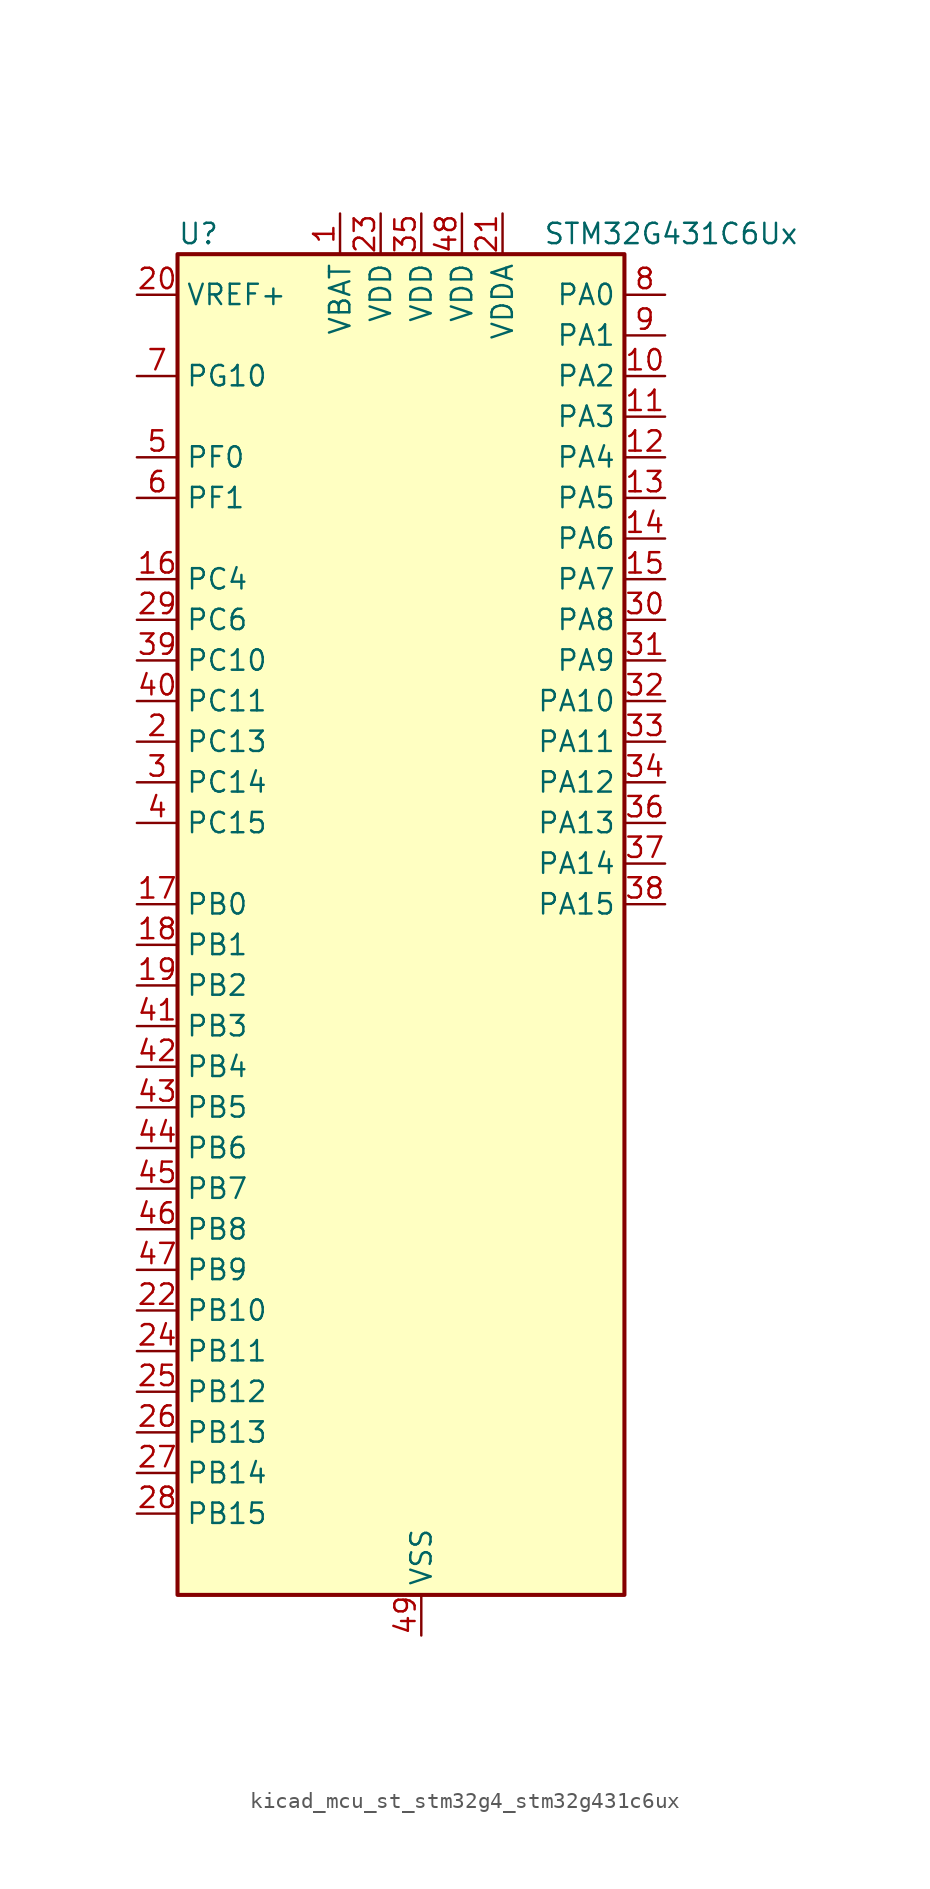
<source format=kicad_sym>
(kicad_symbol_lib
  (version 20220914)
  (generator kicad_symbol_editor)
  (symbol "kicad_mcu_st_stm32g4_stm32g431c6ux"
    (property "Reference" "U"
      (at -12.7 44.45 0)
      (effects (font (size 1.27 1.27)) (justify left)))
    (property "Value" "STM32G431C6Ux"
      (at 10.16 44.45 0)
      (effects (font (size 1.27 1.27)) (justify left)))
    (property "ki_locked" ""
      (at 0 0 0)
      (effects (font (size 1.27 1.27))))
    (symbol "kicad_mcu_st_stm32g4_stm32g431c6ux_0_1"
      (rectangle (start -12.7 -40.64) (end 15.24 43.18) (stroke (width 0.254) (type default)) (fill (type background))))
    (symbol "kicad_mcu_st_stm32g4_stm32g431c6ux_1_1"
      (pin power_in line (at -2.54 45.72 270) (length 2.54) (name "VBAT" (effects (font (size 1.27 1.27)))) (number "1" (effects (font (size 1.27 1.27)))))
      (pin bidirectional line (at 17.78 35.56 180) (length 2.54) (name "PA2" (effects (font (size 1.27 1.27)))) (number "10" (effects (font (size 1.27 1.27)))) (alternate "ADC1_IN3" bidirectional line) (alternate "COMP2_INM" bidirectional line) (alternate "COMP2_OUT" bidirectional line) (alternate "LPUART1_TX" bidirectional line) (alternate "OPAMP1_VOUT" bidirectional line) (alternate "RCC_LSCO" bidirectional line) (alternate "SYS_WKUP4" bidirectional line) (alternate "TIM15_CH1" bidirectional line) (alternate "TIM2_CH3" bidirectional line) (alternate "UCPD1_FRSTX1" bidirectional line) (alternate "UCPD1_FRSTX2" bidirectional line) (alternate "USART2_TX" bidirectional line))
      (pin bidirectional line (at 17.78 33.02 180) (length 2.54) (name "PA3" (effects (font (size 1.27 1.27)))) (number "11" (effects (font (size 1.27 1.27)))) (alternate "ADC1_IN4" bidirectional line) (alternate "COMP2_INP" bidirectional line) (alternate "LPUART1_RX" bidirectional line) (alternate "OPAMP1_VINM" bidirectional line) (alternate "OPAMP1_VINM0" bidirectional line) (alternate "OPAMP1_VINM_SEC" bidirectional line) (alternate "OPAMP1_VINP" bidirectional line) (alternate "OPAMP1_VINP_SEC" bidirectional line) (alternate "SAI1_CK1" bidirectional line) (alternate "SAI1_MCLK_A" bidirectional line) (alternate "TIM15_CH2" bidirectional line) (alternate "TIM2_CH4" bidirectional line) (alternate "USART2_RX" bidirectional line))
      (pin bidirectional line (at 17.78 30.48 180) (length 2.54) (name "PA4" (effects (font (size 1.27 1.27)))) (number "12" (effects (font (size 1.27 1.27)))) (alternate "ADC2_IN17" bidirectional line) (alternate "COMP1_INM" bidirectional line) (alternate "DAC1_OUT1" bidirectional line) (alternate "I2S3_WS" bidirectional line) (alternate "SAI1_FS_B" bidirectional line) (alternate "SPI1_NSS" bidirectional line) (alternate "SPI3_NSS" bidirectional line) (alternate "TIM3_CH2" bidirectional line) (alternate "USART2_CK" bidirectional line))
      (pin bidirectional line (at 17.78 27.94 180) (length 2.54) (name "PA5" (effects (font (size 1.27 1.27)))) (number "13" (effects (font (size 1.27 1.27)))) (alternate "ADC2_IN13" bidirectional line) (alternate "COMP2_INM" bidirectional line) (alternate "DAC1_OUT2" bidirectional line) (alternate "OPAMP2_VINM" bidirectional line) (alternate "OPAMP2_VINM0" bidirectional line) (alternate "OPAMP2_VINM_SEC" bidirectional line) (alternate "SPI1_SCK" bidirectional line) (alternate "TIM2_CH1" bidirectional line) (alternate "TIM2_ETR" bidirectional line) (alternate "UCPD1_FRSTX1" bidirectional line) (alternate "UCPD1_FRSTX2" bidirectional line))
      (pin bidirectional line (at 17.78 25.4 180) (length 2.54) (name "PA6" (effects (font (size 1.27 1.27)))) (number "14" (effects (font (size 1.27 1.27)))) (alternate "ADC2_IN3" bidirectional line) (alternate "COMP1_OUT" bidirectional line) (alternate "LPUART1_CTS" bidirectional line) (alternate "OPAMP2_VOUT" bidirectional line) (alternate "SPI1_MISO" bidirectional line) (alternate "TIM16_CH1" bidirectional line) (alternate "TIM1_BKIN" bidirectional line) (alternate "TIM3_CH1" bidirectional line) (alternate "TIM8_BKIN" bidirectional line))
      (pin bidirectional line (at 17.78 22.86 180) (length 2.54) (name "PA7" (effects (font (size 1.27 1.27)))) (number "15" (effects (font (size 1.27 1.27)))) (alternate "ADC2_IN4" bidirectional line) (alternate "COMP2_INP" bidirectional line) (alternate "COMP2_OUT" bidirectional line) (alternate "OPAMP1_VINP" bidirectional line) (alternate "OPAMP1_VINP_SEC" bidirectional line) (alternate "OPAMP2_VINP" bidirectional line) (alternate "OPAMP2_VINP_SEC" bidirectional line) (alternate "SPI1_MOSI" bidirectional line) (alternate "TIM17_CH1" bidirectional line) (alternate "TIM1_CH1N" bidirectional line) (alternate "TIM3_CH2" bidirectional line) (alternate "TIM8_CH1N" bidirectional line) (alternate "UCPD1_FRSTX1" bidirectional line) (alternate "UCPD1_FRSTX2" bidirectional line))
      (pin bidirectional line (at -15.24 22.86 0) (length 2.54) (name "PC4" (effects (font (size 1.27 1.27)))) (number "16" (effects (font (size 1.27 1.27)))) (alternate "ADC2_IN5" bidirectional line) (alternate "I2C2_SCL" bidirectional line) (alternate "TIM1_ETR" bidirectional line) (alternate "USART1_TX" bidirectional line))
      (pin bidirectional line (at -15.24 2.54 0) (length 2.54) (name "PB0" (effects (font (size 1.27 1.27)))) (number "17" (effects (font (size 1.27 1.27)))) (alternate "ADC1_IN15" bidirectional line) (alternate "COMP4_INP" bidirectional line) (alternate "OPAMP2_VINP" bidirectional line) (alternate "OPAMP2_VINP_SEC" bidirectional line) (alternate "OPAMP3_VINP" bidirectional line) (alternate "OPAMP3_VINP_SEC" bidirectional line) (alternate "TIM1_CH2N" bidirectional line) (alternate "TIM3_CH3" bidirectional line) (alternate "TIM8_CH2N" bidirectional line) (alternate "UCPD1_FRSTX1" bidirectional line) (alternate "UCPD1_FRSTX2" bidirectional line))
      (pin bidirectional line (at -15.24 0 0) (length 2.54) (name "PB1" (effects (font (size 1.27 1.27)))) (number "18" (effects (font (size 1.27 1.27)))) (alternate "ADC1_IN12" bidirectional line) (alternate "COMP1_INP" bidirectional line) (alternate "COMP4_OUT" bidirectional line) (alternate "LPUART1_DE" bidirectional line) (alternate "LPUART1_RTS" bidirectional line) (alternate "OPAMP3_VOUT" bidirectional line) (alternate "TIM1_CH3N" bidirectional line) (alternate "TIM3_CH4" bidirectional line) (alternate "TIM8_CH3N" bidirectional line))
      (pin bidirectional line (at -15.24 -2.54 0) (length 2.54) (name "PB2" (effects (font (size 1.27 1.27)))) (number "19" (effects (font (size 1.27 1.27)))) (alternate "ADC2_IN12" bidirectional line) (alternate "COMP4_INM" bidirectional line) (alternate "I2C3_SMBA" bidirectional line) (alternate "LPTIM1_OUT" bidirectional line) (alternate "OPAMP3_VINM" bidirectional line) (alternate "OPAMP3_VINM0" bidirectional line) (alternate "OPAMP3_VINM_SEC" bidirectional line) (alternate "RTC_OUT2" bidirectional line))
      (pin bidirectional line (at -15.24 12.7 0) (length 2.54) (name "PC13" (effects (font (size 1.27 1.27)))) (number "2" (effects (font (size 1.27 1.27)))) (alternate "RTC_OUT1" bidirectional line) (alternate "RTC_TAMP1" bidirectional line) (alternate "RTC_TS" bidirectional line) (alternate "SYS_WKUP2" bidirectional line) (alternate "TIM1_BKIN" bidirectional line) (alternate "TIM1_CH1N" bidirectional line) (alternate "TIM8_CH4N" bidirectional line))
      (pin input line (at -15.24 40.64 0) (length 2.54) (name "VREF+" (effects (font (size 1.27 1.27)))) (number "20" (effects (font (size 1.27 1.27)))) (alternate "VREFBUF_OUT" bidirectional line))
      (pin power_in line (at 7.62 45.72 270) (length 2.54) (name "VDDA" (effects (font (size 1.27 1.27)))) (number "21" (effects (font (size 1.27 1.27)))))
      (pin bidirectional line (at -15.24 -22.86 0) (length 2.54) (name "PB10" (effects (font (size 1.27 1.27)))) (number "22" (effects (font (size 1.27 1.27)))) (alternate "DAC1_EXTI10" bidirectional line) (alternate "DAC3_EXTI10" bidirectional line) (alternate "LPUART1_RX" bidirectional line) (alternate "OPAMP3_VINM" bidirectional line) (alternate "OPAMP3_VINM1" bidirectional line) (alternate "OPAMP3_VINM_SEC" bidirectional line) (alternate "SAI1_SCK_A" bidirectional line) (alternate "TIM1_BKIN" bidirectional line) (alternate "TIM2_CH3" bidirectional line) (alternate "USART3_TX" bidirectional line))
      (pin power_in line (at 0 45.72 270) (length 2.54) (name "VDD" (effects (font (size 1.27 1.27)))) (number "23" (effects (font (size 1.27 1.27)))))
      (pin bidirectional line (at -15.24 -25.4 0) (length 2.54) (name "PB11" (effects (font (size 1.27 1.27)))) (number "24" (effects (font (size 1.27 1.27)))) (alternate "ADC1_EXTI11" bidirectional line) (alternate "ADC1_IN14" bidirectional line) (alternate "ADC2_EXTI11" bidirectional line) (alternate "ADC2_IN14" bidirectional line) (alternate "LPUART1_TX" bidirectional line) (alternate "TIM2_CH4" bidirectional line) (alternate "USART3_RX" bidirectional line))
      (pin bidirectional line (at -15.24 -27.94 0) (length 2.54) (name "PB12" (effects (font (size 1.27 1.27)))) (number "25" (effects (font (size 1.27 1.27)))) (alternate "ADC1_IN11" bidirectional line) (alternate "I2C2_SMBA" bidirectional line) (alternate "I2S2_WS" bidirectional line) (alternate "LPUART1_DE" bidirectional line) (alternate "LPUART1_RTS" bidirectional line) (alternate "SPI2_NSS" bidirectional line) (alternate "TIM1_BKIN" bidirectional line) (alternate "USART3_CK" bidirectional line))
      (pin bidirectional line (at -15.24 -30.48 0) (length 2.54) (name "PB13" (effects (font (size 1.27 1.27)))) (number "26" (effects (font (size 1.27 1.27)))) (alternate "I2S2_CK" bidirectional line) (alternate "LPUART1_CTS" bidirectional line) (alternate "OPAMP3_VINP" bidirectional line) (alternate "OPAMP3_VINP_SEC" bidirectional line) (alternate "SPI2_SCK" bidirectional line) (alternate "TIM1_CH1N" bidirectional line) (alternate "USART3_CTS" bidirectional line) (alternate "USART3_NSS" bidirectional line))
      (pin bidirectional line (at -15.24 -33.02 0) (length 2.54) (name "PB14" (effects (font (size 1.27 1.27)))) (number "27" (effects (font (size 1.27 1.27)))) (alternate "ADC1_IN5" bidirectional line) (alternate "COMP4_OUT" bidirectional line) (alternate "OPAMP2_VINP" bidirectional line) (alternate "OPAMP2_VINP_SEC" bidirectional line) (alternate "SPI2_MISO" bidirectional line) (alternate "TIM15_CH1" bidirectional line) (alternate "TIM1_CH2N" bidirectional line) (alternate "USART3_DE" bidirectional line) (alternate "USART3_RTS" bidirectional line))
      (pin bidirectional line (at -15.24 -35.56 0) (length 2.54) (name "PB15" (effects (font (size 1.27 1.27)))) (number "28" (effects (font (size 1.27 1.27)))) (alternate "ADC1_EXTI15" bidirectional line) (alternate "ADC2_EXTI15" bidirectional line) (alternate "ADC2_IN15" bidirectional line) (alternate "COMP3_OUT" bidirectional line) (alternate "I2S2_SD" bidirectional line) (alternate "RTC_REFIN" bidirectional line) (alternate "SPI2_MOSI" bidirectional line) (alternate "TIM15_CH1N" bidirectional line) (alternate "TIM15_CH2" bidirectional line) (alternate "TIM1_CH3N" bidirectional line))
      (pin bidirectional line (at -15.24 20.32 0) (length 2.54) (name "PC6" (effects (font (size 1.27 1.27)))) (number "29" (effects (font (size 1.27 1.27)))) (alternate "I2S2_MCK" bidirectional line) (alternate "TIM3_CH1" bidirectional line) (alternate "TIM8_CH1" bidirectional line))
      (pin bidirectional line (at -15.24 10.16 0) (length 2.54) (name "PC14" (effects (font (size 1.27 1.27)))) (number "3" (effects (font (size 1.27 1.27)))) (alternate "RCC_OSC32_IN" bidirectional line))
      (pin bidirectional line (at 17.78 20.32 180) (length 2.54) (name "PA8" (effects (font (size 1.27 1.27)))) (number "30" (effects (font (size 1.27 1.27)))) (alternate "I2C2_SDA" bidirectional line) (alternate "I2C3_SCL" bidirectional line) (alternate "I2S2_MCK" bidirectional line) (alternate "RCC_MCO" bidirectional line) (alternate "SAI1_CK2" bidirectional line) (alternate "SAI1_SCK_A" bidirectional line) (alternate "TIM1_CH1" bidirectional line) (alternate "TIM4_ETR" bidirectional line) (alternate "USART1_CK" bidirectional line))
      (pin bidirectional line (at 17.78 17.78 180) (length 2.54) (name "PA9" (effects (font (size 1.27 1.27)))) (number "31" (effects (font (size 1.27 1.27)))) (alternate "DAC1_EXTI9" bidirectional line) (alternate "DAC3_EXTI9" bidirectional line) (alternate "I2C2_SCL" bidirectional line) (alternate "I2C3_SMBA" bidirectional line) (alternate "I2S3_MCK" bidirectional line) (alternate "SAI1_FS_A" bidirectional line) (alternate "TIM15_BKIN" bidirectional line) (alternate "TIM1_CH2" bidirectional line) (alternate "TIM2_CH3" bidirectional line) (alternate "UCPD1_DBCC1" bidirectional line) (alternate "USART1_TX" bidirectional line))
      (pin bidirectional line (at 17.78 15.24 180) (length 2.54) (name "PA10" (effects (font (size 1.27 1.27)))) (number "32" (effects (font (size 1.27 1.27)))) (alternate "CRS_SYNC" bidirectional line) (alternate "DAC1_EXTI10" bidirectional line) (alternate "DAC3_EXTI10" bidirectional line) (alternate "I2C2_SMBA" bidirectional line) (alternate "SAI1_D1" bidirectional line) (alternate "SAI1_SD_A" bidirectional line) (alternate "SPI2_MISO" bidirectional line) (alternate "TIM17_BKIN" bidirectional line) (alternate "TIM1_CH3" bidirectional line) (alternate "TIM2_CH4" bidirectional line) (alternate "TIM8_BKIN" bidirectional line) (alternate "UCPD1_DBCC2" bidirectional line) (alternate "USART1_RX" bidirectional line))
      (pin bidirectional line (at 17.78 12.7 180) (length 2.54) (name "PA11" (effects (font (size 1.27 1.27)))) (number "33" (effects (font (size 1.27 1.27)))) (alternate "ADC1_EXTI11" bidirectional line) (alternate "ADC2_EXTI11" bidirectional line) (alternate "COMP1_OUT" bidirectional line) (alternate "FDCAN1_RX" bidirectional line) (alternate "I2S2_SD" bidirectional line) (alternate "SPI2_MOSI" bidirectional line) (alternate "TIM1_BKIN2" bidirectional line) (alternate "TIM1_CH1N" bidirectional line) (alternate "TIM1_CH4" bidirectional line) (alternate "TIM4_CH1" bidirectional line) (alternate "USART1_CTS" bidirectional line) (alternate "USART1_NSS" bidirectional line) (alternate "USB_DM" bidirectional line))
      (pin bidirectional line (at 17.78 10.16 180) (length 2.54) (name "PA12" (effects (font (size 1.27 1.27)))) (number "34" (effects (font (size 1.27 1.27)))) (alternate "COMP2_OUT" bidirectional line) (alternate "FDCAN1_TX" bidirectional line) (alternate "I2S_CKIN" bidirectional line) (alternate "TIM16_CH1" bidirectional line) (alternate "TIM1_CH2N" bidirectional line) (alternate "TIM1_ETR" bidirectional line) (alternate "TIM4_CH2" bidirectional line) (alternate "USART1_DE" bidirectional line) (alternate "USART1_RTS" bidirectional line) (alternate "USB_DP" bidirectional line))
      (pin power_in line (at 2.54 45.72 270) (length 2.54) (name "VDD" (effects (font (size 1.27 1.27)))) (number "35" (effects (font (size 1.27 1.27)))))
      (pin bidirectional line (at 17.78 7.62 180) (length 2.54) (name "PA13" (effects (font (size 1.27 1.27)))) (number "36" (effects (font (size 1.27 1.27)))) (alternate "I2C1_SCL" bidirectional line) (alternate "IR_OUT" bidirectional line) (alternate "SAI1_SD_B" bidirectional line) (alternate "SYS_JTMS-SWDIO" bidirectional line) (alternate "TIM16_CH1N" bidirectional line) (alternate "TIM4_CH3" bidirectional line) (alternate "USART3_CTS" bidirectional line) (alternate "USART3_NSS" bidirectional line))
      (pin bidirectional line (at 17.78 5.08 180) (length 2.54) (name "PA14" (effects (font (size 1.27 1.27)))) (number "37" (effects (font (size 1.27 1.27)))) (alternate "I2C1_SDA" bidirectional line) (alternate "LPTIM1_OUT" bidirectional line) (alternate "SAI1_FS_B" bidirectional line) (alternate "SYS_JTCK-SWCLK" bidirectional line) (alternate "TIM1_BKIN" bidirectional line) (alternate "TIM8_CH2" bidirectional line) (alternate "USART2_TX" bidirectional line))
      (pin bidirectional line (at 17.78 2.54 180) (length 2.54) (name "PA15" (effects (font (size 1.27 1.27)))) (number "38" (effects (font (size 1.27 1.27)))) (alternate "ADC1_EXTI15" bidirectional line) (alternate "ADC2_EXTI15" bidirectional line) (alternate "I2C1_SCL" bidirectional line) (alternate "I2S3_WS" bidirectional line) (alternate "SPI1_NSS" bidirectional line) (alternate "SPI3_NSS" bidirectional line) (alternate "SYS_JTDI" bidirectional line) (alternate "TIM1_BKIN" bidirectional line) (alternate "TIM2_CH1" bidirectional line) (alternate "TIM2_ETR" bidirectional line) (alternate "TIM8_CH1" bidirectional line) (alternate "USART2_RX" bidirectional line))
      (pin bidirectional line (at -15.24 17.78 0) (length 2.54) (name "PC10" (effects (font (size 1.27 1.27)))) (number "39" (effects (font (size 1.27 1.27)))) (alternate "DAC1_EXTI10" bidirectional line) (alternate "DAC3_EXTI10" bidirectional line) (alternate "I2S3_CK" bidirectional line) (alternate "SPI3_SCK" bidirectional line) (alternate "TIM8_CH1N" bidirectional line) (alternate "USART3_TX" bidirectional line))
      (pin bidirectional line (at -15.24 7.62 0) (length 2.54) (name "PC15" (effects (font (size 1.27 1.27)))) (number "4" (effects (font (size 1.27 1.27)))) (alternate "ADC1_EXTI15" bidirectional line) (alternate "ADC2_EXTI15" bidirectional line) (alternate "RCC_OSC32_OUT" bidirectional line))
      (pin bidirectional line (at -15.24 15.24 0) (length 2.54) (name "PC11" (effects (font (size 1.27 1.27)))) (number "40" (effects (font (size 1.27 1.27)))) (alternate "ADC1_EXTI11" bidirectional line) (alternate "ADC2_EXTI11" bidirectional line) (alternate "I2C3_SDA" bidirectional line) (alternate "SPI3_MISO" bidirectional line) (alternate "TIM8_CH2N" bidirectional line) (alternate "USART3_RX" bidirectional line))
      (pin bidirectional line (at -15.24 -5.08 0) (length 2.54) (name "PB3" (effects (font (size 1.27 1.27)))) (number "41" (effects (font (size 1.27 1.27)))) (alternate "CRS_SYNC" bidirectional line) (alternate "I2S3_CK" bidirectional line) (alternate "SAI1_SCK_B" bidirectional line) (alternate "SPI1_SCK" bidirectional line) (alternate "SPI3_SCK" bidirectional line) (alternate "SYS_JTDO-SWO" bidirectional line) (alternate "TIM2_CH2" bidirectional line) (alternate "TIM3_ETR" bidirectional line) (alternate "TIM4_ETR" bidirectional line) (alternate "TIM8_CH1N" bidirectional line) (alternate "USART2_TX" bidirectional line))
      (pin bidirectional line (at -15.24 -7.62 0) (length 2.54) (name "PB4" (effects (font (size 1.27 1.27)))) (number "42" (effects (font (size 1.27 1.27)))) (alternate "SAI1_MCLK_B" bidirectional line) (alternate "SPI1_MISO" bidirectional line) (alternate "SPI3_MISO" bidirectional line) (alternate "SYS_JTRST" bidirectional line) (alternate "TIM16_CH1" bidirectional line) (alternate "TIM17_BKIN" bidirectional line) (alternate "TIM3_CH1" bidirectional line) (alternate "TIM8_CH2N" bidirectional line) (alternate "UCPD1_CC2" bidirectional line) (alternate "USART2_RX" bidirectional line))
      (pin bidirectional line (at -15.24 -10.16 0) (length 2.54) (name "PB5" (effects (font (size 1.27 1.27)))) (number "43" (effects (font (size 1.27 1.27)))) (alternate "I2C1_SMBA" bidirectional line) (alternate "I2C3_SDA" bidirectional line) (alternate "I2S3_SD" bidirectional line) (alternate "LPTIM1_IN1" bidirectional line) (alternate "SAI1_SD_B" bidirectional line) (alternate "SPI1_MOSI" bidirectional line) (alternate "SPI3_MOSI" bidirectional line) (alternate "TIM16_BKIN" bidirectional line) (alternate "TIM17_CH1" bidirectional line) (alternate "TIM3_CH2" bidirectional line) (alternate "TIM8_CH3N" bidirectional line) (alternate "USART2_CK" bidirectional line))
      (pin bidirectional line (at -15.24 -12.7 0) (length 2.54) (name "PB6" (effects (font (size 1.27 1.27)))) (number "44" (effects (font (size 1.27 1.27)))) (alternate "COMP4_OUT" bidirectional line) (alternate "LPTIM1_ETR" bidirectional line) (alternate "SAI1_FS_B" bidirectional line) (alternate "TIM16_CH1N" bidirectional line) (alternate "TIM4_CH1" bidirectional line) (alternate "TIM8_BKIN2" bidirectional line) (alternate "TIM8_CH1" bidirectional line) (alternate "TIM8_ETR" bidirectional line) (alternate "UCPD1_CC1" bidirectional line) (alternate "USART1_TX" bidirectional line))
      (pin bidirectional line (at -15.24 -15.24 0) (length 2.54) (name "PB7" (effects (font (size 1.27 1.27)))) (number "45" (effects (font (size 1.27 1.27)))) (alternate "COMP3_OUT" bidirectional line) (alternate "I2C1_SDA" bidirectional line) (alternate "LPTIM1_IN2" bidirectional line) (alternate "SYS_PVD_IN" bidirectional line) (alternate "TIM17_CH1N" bidirectional line) (alternate "TIM3_CH4" bidirectional line) (alternate "TIM4_CH2" bidirectional line) (alternate "TIM8_BKIN" bidirectional line) (alternate "USART1_RX" bidirectional line))
      (pin bidirectional line (at -15.24 -17.78 0) (length 2.54) (name "PB8" (effects (font (size 1.27 1.27)))) (number "46" (effects (font (size 1.27 1.27)))) (alternate "COMP1_OUT" bidirectional line) (alternate "FDCAN1_RX" bidirectional line) (alternate "I2C1_SCL" bidirectional line) (alternate "SAI1_CK1" bidirectional line) (alternate "SAI1_MCLK_A" bidirectional line) (alternate "TIM16_CH1" bidirectional line) (alternate "TIM1_BKIN" bidirectional line) (alternate "TIM4_CH3" bidirectional line) (alternate "TIM8_CH2" bidirectional line) (alternate "USART3_RX" bidirectional line))
      (pin bidirectional line (at -15.24 -20.32 0) (length 2.54) (name "PB9" (effects (font (size 1.27 1.27)))) (number "47" (effects (font (size 1.27 1.27)))) (alternate "COMP2_OUT" bidirectional line) (alternate "DAC1_EXTI9" bidirectional line) (alternate "DAC3_EXTI9" bidirectional line) (alternate "FDCAN1_TX" bidirectional line) (alternate "I2C1_SDA" bidirectional line) (alternate "IR_OUT" bidirectional line) (alternate "SAI1_D2" bidirectional line) (alternate "SAI1_FS_A" bidirectional line) (alternate "TIM17_CH1" bidirectional line) (alternate "TIM1_CH3N" bidirectional line) (alternate "TIM4_CH4" bidirectional line) (alternate "TIM8_CH3" bidirectional line) (alternate "USART3_TX" bidirectional line))
      (pin power_in line (at 5.08 45.72 270) (length 2.54) (name "VDD" (effects (font (size 1.27 1.27)))) (number "48" (effects (font (size 1.27 1.27)))))
      (pin power_in line (at 2.54 -43.18 90) (length 2.54) (name "VSS" (effects (font (size 1.27 1.27)))) (number "49" (effects (font (size 1.27 1.27)))))
      (pin bidirectional line (at -15.24 30.48 0) (length 2.54) (name "PF0" (effects (font (size 1.27 1.27)))) (number "5" (effects (font (size 1.27 1.27)))) (alternate "ADC1_IN10" bidirectional line) (alternate "I2C2_SDA" bidirectional line) (alternate "I2S2_WS" bidirectional line) (alternate "RCC_OSC_IN" bidirectional line) (alternate "SPI2_NSS" bidirectional line) (alternate "TIM1_CH3N" bidirectional line))
      (pin bidirectional line (at -15.24 27.94 0) (length 2.54) (name "PF1" (effects (font (size 1.27 1.27)))) (number "6" (effects (font (size 1.27 1.27)))) (alternate "ADC2_IN10" bidirectional line) (alternate "COMP3_INM" bidirectional line) (alternate "I2S2_CK" bidirectional line) (alternate "RCC_OSC_OUT" bidirectional line) (alternate "SPI2_SCK" bidirectional line))
      (pin bidirectional line (at -15.24 35.56 0) (length 2.54) (name "PG10" (effects (font (size 1.27 1.27)))) (number "7" (effects (font (size 1.27 1.27)))) (alternate "DAC1_EXTI10" bidirectional line) (alternate "DAC3_EXTI10" bidirectional line) (alternate "RCC_MCO" bidirectional line))
      (pin bidirectional line (at 17.78 40.64 180) (length 2.54) (name "PA0" (effects (font (size 1.27 1.27)))) (number "8" (effects (font (size 1.27 1.27)))) (alternate "ADC1_IN1" bidirectional line) (alternate "ADC2_IN1" bidirectional line) (alternate "COMP1_INM" bidirectional line) (alternate "COMP1_OUT" bidirectional line) (alternate "COMP3_INP" bidirectional line) (alternate "RTC_TAMP2" bidirectional line) (alternate "SYS_WKUP1" bidirectional line) (alternate "TIM2_CH1" bidirectional line) (alternate "TIM2_ETR" bidirectional line) (alternate "TIM8_BKIN" bidirectional line) (alternate "TIM8_ETR" bidirectional line) (alternate "USART2_CTS" bidirectional line) (alternate "USART2_NSS" bidirectional line))
      (pin bidirectional line (at 17.78 38.1 180) (length 2.54) (name "PA1" (effects (font (size 1.27 1.27)))) (number "9" (effects (font (size 1.27 1.27)))) (alternate "ADC1_IN2" bidirectional line) (alternate "ADC2_IN2" bidirectional line) (alternate "COMP1_INP" bidirectional line) (alternate "OPAMP1_VINP" bidirectional line) (alternate "OPAMP1_VINP_SEC" bidirectional line) (alternate "OPAMP3_VINP" bidirectional line) (alternate "OPAMP3_VINP_SEC" bidirectional line) (alternate "RTC_REFIN" bidirectional line) (alternate "TIM15_CH1N" bidirectional line) (alternate "TIM2_CH2" bidirectional line) (alternate "USART2_DE" bidirectional line) (alternate "USART2_RTS" bidirectional line)))))
</source>
